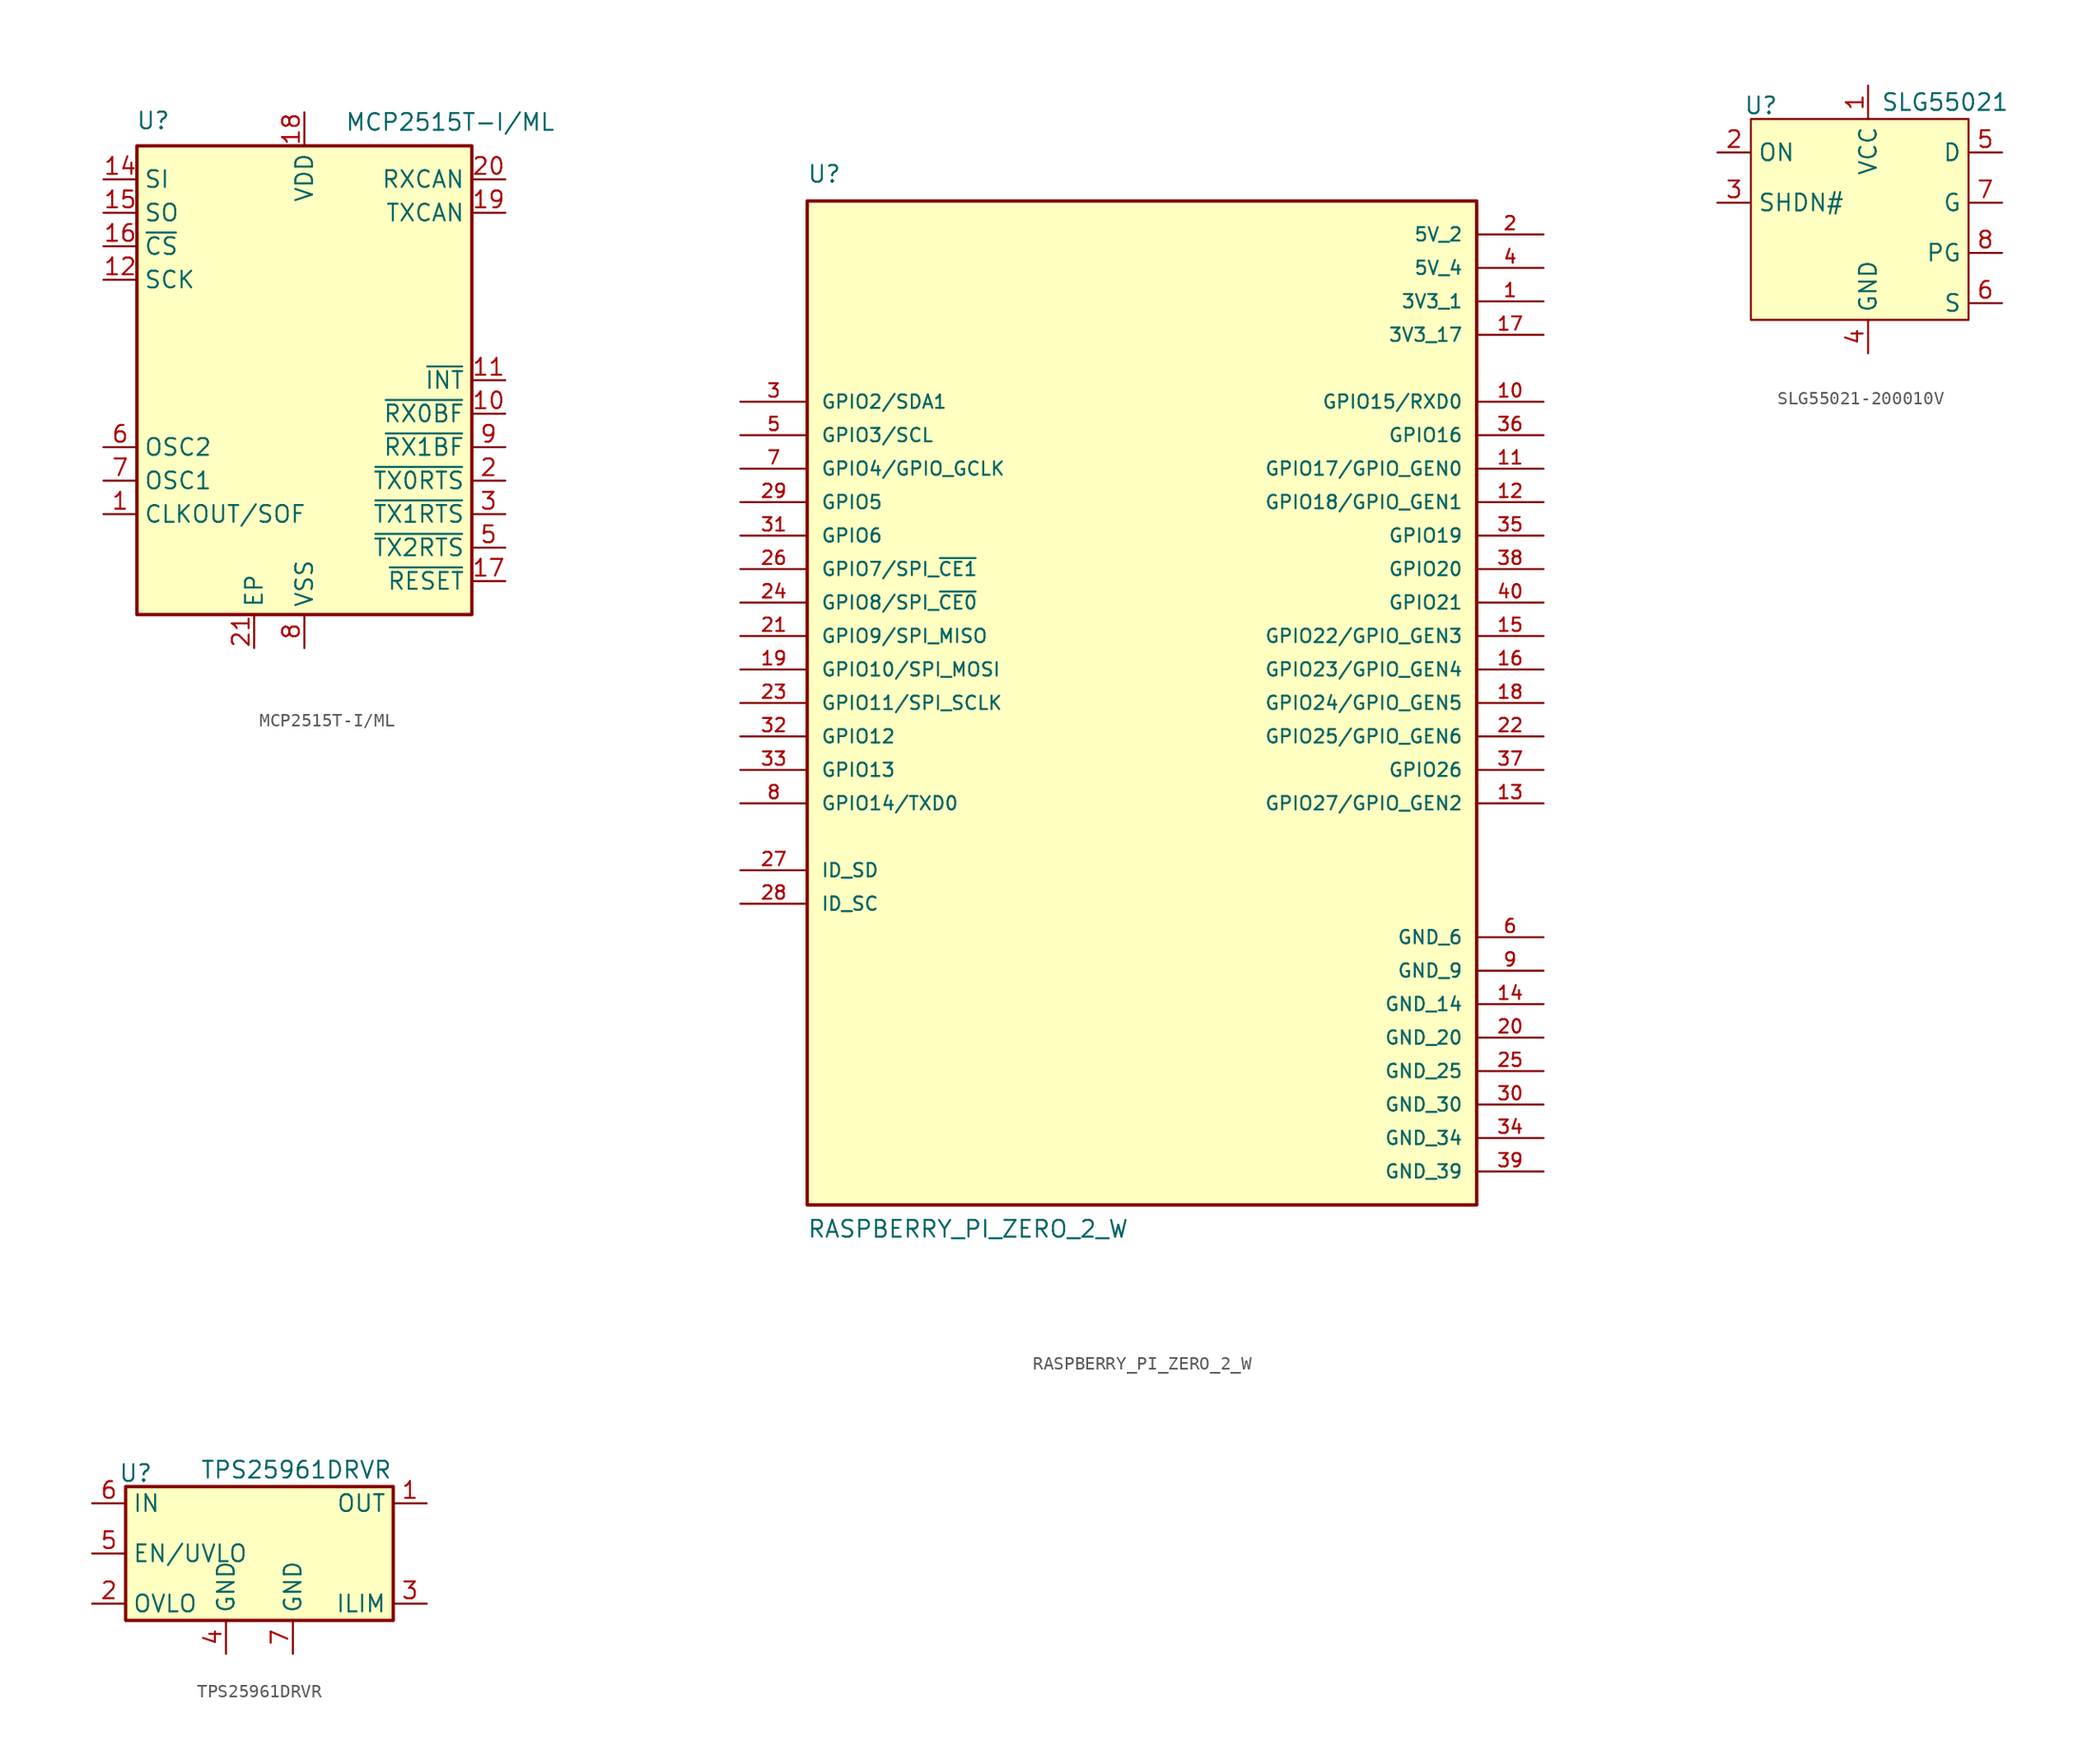
<source format=kicad_sym>
(kicad_symbol_lib
  (version 20241209)
  (generator "kicad_symbol_editor")
  (generator_version "9.0")
  (symbol "MCP2515T-I/ML"
    (property "Reference" "U"
      (at -10.16 19.685 0)
      (effects (font (size 1.27 1.27)) (justify right)))
    (property "Value" "MCP2515T-I/ML"
      (at 19.05 20.32 0)
      (effects (font (size 1.27 1.27)) (justify right top)))
    (symbol "MCP2515T-I/ML_0_1"
      (rectangle (start -12.7 17.78) (end 12.7 -17.78) (stroke (width 0.254) (type default)) (fill (type background))))
    (symbol "MCP2515T-I/ML_1_0"
      (pin power_out line (at -3.81 -20.32 90) (length 2.54) (name "EP" (effects (font (size 1.27 1.27)))) (number "21" (effects (font (size 1.27 1.27))))))
    (symbol "MCP2515T-I/ML_1_1"
      (pin input line (at -15.24 15.24 0) (length 2.54) (name "SI" (effects (font (size 1.27 1.27)))) (number "14" (effects (font (size 1.27 1.27)))))
      (pin output line (at -15.24 12.7 0) (length 2.54) (name "SO" (effects (font (size 1.27 1.27)))) (number "15" (effects (font (size 1.27 1.27)))))
      (pin input line (at -15.24 10.16 0) (length 2.54) (name "~{CS}" (effects (font (size 1.27 1.27)))) (number "16" (effects (font (size 1.27 1.27)))))
      (pin input line (at -15.24 7.62 0) (length 2.54) (name "SCK" (effects (font (size 1.27 1.27)))) (number "12" (effects (font (size 1.27 1.27)))))
      (pin output line (at -15.24 -5.08 0) (length 2.54) (name "OSC2" (effects (font (size 1.27 1.27)))) (number "6" (effects (font (size 1.27 1.27)))))
      (pin input line (at -15.24 -7.62 0) (length 2.54) (name "OSC1" (effects (font (size 1.27 1.27)))) (number "7" (effects (font (size 1.27 1.27)))))
      (pin output line (at -15.24 -10.16 0) (length 2.54) (name "CLKOUT/SOF" (effects (font (size 1.27 1.27)))) (number "1" (effects (font (size 1.27 1.27)))))
      (pin power_in line (at 0 20.32 270) (length 2.54) (name "VDD" (effects (font (size 1.27 1.27)))) (number "18" (effects (font (size 1.27 1.27)))))
      (pin power_in line (at 0 -20.32 90) (length 2.54) (name "VSS" (effects (font (size 1.27 1.27)))) (number "8" (effects (font (size 1.27 1.27)))))
      (pin input line (at 15.24 15.24 180) (length 2.54) (name "RXCAN" (effects (font (size 1.27 1.27)))) (number "20" (effects (font (size 1.27 1.27)))))
      (pin output line (at 15.24 12.7 180) (length 2.54) (name "TXCAN" (effects (font (size 1.27 1.27)))) (number "19" (effects (font (size 1.27 1.27)))))
      (pin output line (at 15.24 0 180) (length 2.54) (name "~{INT}" (effects (font (size 1.27 1.27)))) (number "11" (effects (font (size 1.27 1.27)))))
      (pin output line (at 15.24 -2.54 180) (length 2.54) (name "~{RX0BF}" (effects (font (size 1.27 1.27)))) (number "10" (effects (font (size 1.27 1.27)))))
      (pin output line (at 15.24 -5.08 180) (length 2.54) (name "~{RX1BF}" (effects (font (size 1.27 1.27)))) (number "9" (effects (font (size 1.27 1.27)))))
      (pin input line (at 15.24 -7.62 180) (length 2.54) (name "~{TX0RTS}" (effects (font (size 1.27 1.27)))) (number "2" (effects (font (size 1.27 1.27)))))
      (pin input line (at 15.24 -10.16 180) (length 2.54) (name "~{TX1RTS}" (effects (font (size 1.27 1.27)))) (number "3" (effects (font (size 1.27 1.27)))))
      (pin input line (at 15.24 -12.7 180) (length 2.54) (name "~{TX2RTS}" (effects (font (size 1.27 1.27)))) (number "5" (effects (font (size 1.27 1.27)))))
      (pin input line (at 15.24 -15.24 180) (length 2.54) (name "~{RESET}" (effects (font (size 1.27 1.27)))) (number "17" (effects (font (size 1.27 1.27)))))))
  (symbol "RASPBERRY_PI_ZERO_2_W"
    (pin_names
      (offset 1.016))
    (property "Reference" "U"
      (at -25.42 39.396 0)
      (effects (font (size 1.27 1.27)) (justify left bottom)))
    (property "Value" "RASPBERRY_PI_ZERO_2_W"
      (at -25.419 -40.669 0)
      (effects (font (size 1.27 1.27)) (justify left bottom)))
    (symbol "RASPBERRY_PI_ZERO_2_W_0_0"
      (rectangle (start -25.4 -38.1) (end 25.4 38.1) (stroke (width 0.254) (type default)) (fill (type background)))
      (pin bidirectional line (at -30.48 22.86 0) (length 5.08) (name "GPIO2/SDA1" (effects (font (size 1.016 1.016)))) (number "3" (effects (font (size 1.016 1.016)))))
      (pin bidirectional line (at -30.48 20.32 0) (length 5.08) (name "GPIO3/SCL" (effects (font (size 1.016 1.016)))) (number "5" (effects (font (size 1.016 1.016)))))
      (pin bidirectional line (at -30.48 17.78 0) (length 5.08) (name "GPIO4/GPIO_GCLK" (effects (font (size 1.016 1.016)))) (number "7" (effects (font (size 1.016 1.016)))))
      (pin bidirectional line (at -30.48 15.24 0) (length 5.08) (name "GPIO5" (effects (font (size 1.016 1.016)))) (number "29" (effects (font (size 1.016 1.016)))))
      (pin bidirectional line (at -30.48 12.7 0) (length 5.08) (name "GPIO6" (effects (font (size 1.016 1.016)))) (number "31" (effects (font (size 1.016 1.016)))))
      (pin bidirectional line (at -30.48 10.16 0) (length 5.08) (name "GPIO7/SPI_~{CE1}" (effects (font (size 1.016 1.016)))) (number "26" (effects (font (size 1.016 1.016)))))
      (pin bidirectional line (at -30.48 7.62 0) (length 5.08) (name "GPIO8/SPI_~{CE0}" (effects (font (size 1.016 1.016)))) (number "24" (effects (font (size 1.016 1.016)))))
      (pin bidirectional line (at -30.48 5.08 0) (length 5.08) (name "GPIO9/SPI_MISO" (effects (font (size 1.016 1.016)))) (number "21" (effects (font (size 1.016 1.016)))))
      (pin bidirectional line (at -30.48 2.54 0) (length 5.08) (name "GPIO10/SPI_MOSI" (effects (font (size 1.016 1.016)))) (number "19" (effects (font (size 1.016 1.016)))))
      (pin bidirectional line (at -30.48 0 0) (length 5.08) (name "GPIO11/SPI_SCLK" (effects (font (size 1.016 1.016)))) (number "23" (effects (font (size 1.016 1.016)))))
      (pin bidirectional line (at -30.48 -2.54 0) (length 5.08) (name "GPIO12" (effects (font (size 1.016 1.016)))) (number "32" (effects (font (size 1.016 1.016)))))
      (pin bidirectional line (at -30.48 -5.08 0) (length 5.08) (name "GPIO13" (effects (font (size 1.016 1.016)))) (number "33" (effects (font (size 1.016 1.016)))))
      (pin bidirectional line (at -30.48 -7.62 0) (length 5.08) (name "GPIO14/TXD0" (effects (font (size 1.016 1.016)))) (number "8" (effects (font (size 1.016 1.016)))))
      (pin bidirectional line (at -30.48 -12.7 0) (length 5.08) (name "ID_SD" (effects (font (size 1.016 1.016)))) (number "27" (effects (font (size 1.016 1.016)))))
      (pin bidirectional line (at -30.48 -15.24 0) (length 5.08) (name "ID_SC" (effects (font (size 1.016 1.016)))) (number "28" (effects (font (size 1.016 1.016)))))
      (pin power_in line (at 30.48 35.56 180) (length 5.08) (name "5V_2" (effects (font (size 1.016 1.016)))) (number "2" (effects (font (size 1.016 1.016)))))
      (pin power_in line (at 30.48 33.02 180) (length 5.08) (name "5V_4" (effects (font (size 1.016 1.016)))) (number "4" (effects (font (size 1.016 1.016)))))
      (pin power_in line (at 30.48 30.48 180) (length 5.08) (name "3V3_1" (effects (font (size 1.016 1.016)))) (number "1" (effects (font (size 1.016 1.016)))))
      (pin power_in line (at 30.48 27.94 180) (length 5.08) (name "3V3_17" (effects (font (size 1.016 1.016)))) (number "17" (effects (font (size 1.016 1.016)))))
      (pin bidirectional line (at 30.48 22.86 180) (length 5.08) (name "GPIO15/RXD0" (effects (font (size 1.016 1.016)))) (number "10" (effects (font (size 1.016 1.016)))))
      (pin bidirectional line (at 30.48 20.32 180) (length 5.08) (name "GPIO16" (effects (font (size 1.016 1.016)))) (number "36" (effects (font (size 1.016 1.016)))))
      (pin bidirectional line (at 30.48 17.78 180) (length 5.08) (name "GPIO17/GPIO_GEN0" (effects (font (size 1.016 1.016)))) (number "11" (effects (font (size 1.016 1.016)))))
      (pin bidirectional line (at 30.48 15.24 180) (length 5.08) (name "GPIO18/GPIO_GEN1" (effects (font (size 1.016 1.016)))) (number "12" (effects (font (size 1.016 1.016)))))
      (pin bidirectional line (at 30.48 12.7 180) (length 5.08) (name "GPIO19" (effects (font (size 1.016 1.016)))) (number "35" (effects (font (size 1.016 1.016)))))
      (pin bidirectional line (at 30.48 10.16 180) (length 5.08) (name "GPIO20" (effects (font (size 1.016 1.016)))) (number "38" (effects (font (size 1.016 1.016)))))
      (pin bidirectional line (at 30.48 7.62 180) (length 5.08) (name "GPIO21" (effects (font (size 1.016 1.016)))) (number "40" (effects (font (size 1.016 1.016)))))
      (pin bidirectional line (at 30.48 5.08 180) (length 5.08) (name "GPIO22/GPIO_GEN3" (effects (font (size 1.016 1.016)))) (number "15" (effects (font (size 1.016 1.016)))))
      (pin bidirectional line (at 30.48 2.54 180) (length 5.08) (name "GPIO23/GPIO_GEN4" (effects (font (size 1.016 1.016)))) (number "16" (effects (font (size 1.016 1.016)))))
      (pin bidirectional line (at 30.48 0 180) (length 5.08) (name "GPIO24/GPIO_GEN5" (effects (font (size 1.016 1.016)))) (number "18" (effects (font (size 1.016 1.016)))))
      (pin bidirectional line (at 30.48 -2.54 180) (length 5.08) (name "GPIO25/GPIO_GEN6" (effects (font (size 1.016 1.016)))) (number "22" (effects (font (size 1.016 1.016)))))
      (pin bidirectional line (at 30.48 -5.08 180) (length 5.08) (name "GPIO26" (effects (font (size 1.016 1.016)))) (number "37" (effects (font (size 1.016 1.016)))))
      (pin bidirectional line (at 30.48 -7.62 180) (length 5.08) (name "GPIO27/GPIO_GEN2" (effects (font (size 1.016 1.016)))) (number "13" (effects (font (size 1.016 1.016)))))
      (pin power_in line (at 30.48 -17.78 180) (length 5.08) (name "GND_6" (effects (font (size 1.016 1.016)))) (number "6" (effects (font (size 1.016 1.016)))))
      (pin power_in line (at 30.48 -20.32 180) (length 5.08) (name "GND_9" (effects (font (size 1.016 1.016)))) (number "9" (effects (font (size 1.016 1.016)))))
      (pin power_in line (at 30.48 -22.86 180) (length 5.08) (name "GND_14" (effects (font (size 1.016 1.016)))) (number "14" (effects (font (size 1.016 1.016)))))
      (pin power_in line (at 30.48 -25.4 180) (length 5.08) (name "GND_20" (effects (font (size 1.016 1.016)))) (number "20" (effects (font (size 1.016 1.016)))))
      (pin power_in line (at 30.48 -27.94 180) (length 5.08) (name "GND_25" (effects (font (size 1.016 1.016)))) (number "25" (effects (font (size 1.016 1.016)))))
      (pin power_in line (at 30.48 -30.48 180) (length 5.08) (name "GND_30" (effects (font (size 1.016 1.016)))) (number "30" (effects (font (size 1.016 1.016)))))
      (pin power_in line (at 30.48 -33.02 180) (length 5.08) (name "GND_34" (effects (font (size 1.016 1.016)))) (number "34" (effects (font (size 1.016 1.016)))))
      (pin power_in line (at 30.48 -35.56 180) (length 5.08) (name "GND_39" (effects (font (size 1.016 1.016)))) (number "39" (effects (font (size 1.016 1.016)))))))
  (symbol "SLG55021-200010V"
    (property "Reference" "U"
      (at -8.128 9.906 0)
      (effects (font (size 1.27 1.27))))
    (property "Value" "SLG55021"
      (at 5.842 10.16 0)
      (effects (font (size 1.27 1.27))))
    (symbol "SLG55021-200010V_0_0"
      (pin input line (at -11.43 6.35 0) (length 2.54) (name "ON" (effects (font (size 1.27 1.27)))) (number "2" (effects (font (size 1.27 1.27)))))
      (pin input line (at -11.43 2.54 0) (length 2.54) (name "SHDN#" (effects (font (size 1.27 1.27)))) (number "3" (effects (font (size 1.27 1.27)))))
      (pin power_in line (at 0 11.43 270) (length 2.54) (name "VCC" (effects (font (size 1.27 1.27)))) (number "1" (effects (font (size 1.27 1.27)))))
      (pin power_out line (at 0 -8.89 90) (length 2.54) (name "GND" (effects (font (size 1.27 1.27)))) (number "4" (effects (font (size 1.27 1.27)))))
      (pin input line (at 10.16 6.35 180) (length 2.54) (name "D" (effects (font (size 1.27 1.27)))) (number "5" (effects (font (size 1.27 1.27)))))
      (pin output line (at 10.16 2.54 180) (length 2.54) (name "G" (effects (font (size 1.27 1.27)))) (number "7" (effects (font (size 1.27 1.27)))))
      (pin output line (at 10.16 -1.27 180) (length 2.54) (name "PG" (effects (font (size 1.27 1.27)))) (number "8" (effects (font (size 1.27 1.27)))))
      (pin input line (at 10.16 -5.08 180) (length 2.54) (name "S" (effects (font (size 1.27 1.27)))) (number "6" (effects (font (size 1.27 1.27))))))
    (symbol "SLG55021-200010V_1_1"
      (rectangle (start -8.89 8.89) (end 7.62 -6.35) (stroke (width 0) (type solid)) (fill (type background)))))
  (symbol "TPS25961DRVR"
    (property "Reference" "U"
      (at -9.398 6.096 0)
      (effects (font (size 1.27 1.27))))
    (property "Value" "TPS25961DRVR"
      (at 2.794 6.35 0)
      (effects (font (size 1.27 1.27))))
    (symbol "TPS25961DRVR_0_1"
      (rectangle (start -10.16 5.08) (end 10.16 -5.08) (stroke (width 0.254) (type default)) (fill (type background))))
    (symbol "TPS25961DRVR_1_1"
      (pin power_in line (at -12.7 3.81 0) (length 2.54) (name "IN" (effects (font (size 1.27 1.27)))) (number "6" (effects (font (size 1.27 1.27)))))
      (pin input line (at -12.7 0 0) (length 2.54) (name "EN/UVLO" (effects (font (size 1.27 1.27)))) (number "5" (effects (font (size 1.27 1.27)))))
      (pin input line (at -12.7 -3.81 0) (length 2.54) (name "OVLO" (effects (font (size 1.27 1.27)))) (number "2" (effects (font (size 1.27 1.27)))))
      (pin power_out line (at -2.54 -7.62 90) (length 2.54) (name "GND" (effects (font (size 1.27 1.27)))) (number "4" (effects (font (size 1.27 1.27)))))
      (pin power_out line (at 2.54 -7.62 90) (length 2.54) (name "GND" (effects (font (size 1.27 1.27)))) (number "7" (effects (font (size 1.27 1.27)))))
      (pin power_out line (at 12.7 3.81 180) (length 2.54) (name "OUT" (effects (font (size 1.27 1.27)))) (number "1" (effects (font (size 1.27 1.27)))))
      (pin output line (at 12.7 -3.81 180) (length 2.54) (name "ILIM" (effects (font (size 1.27 1.27)))) (number "3" (effects (font (size 1.27 1.27))))))))
</source>
